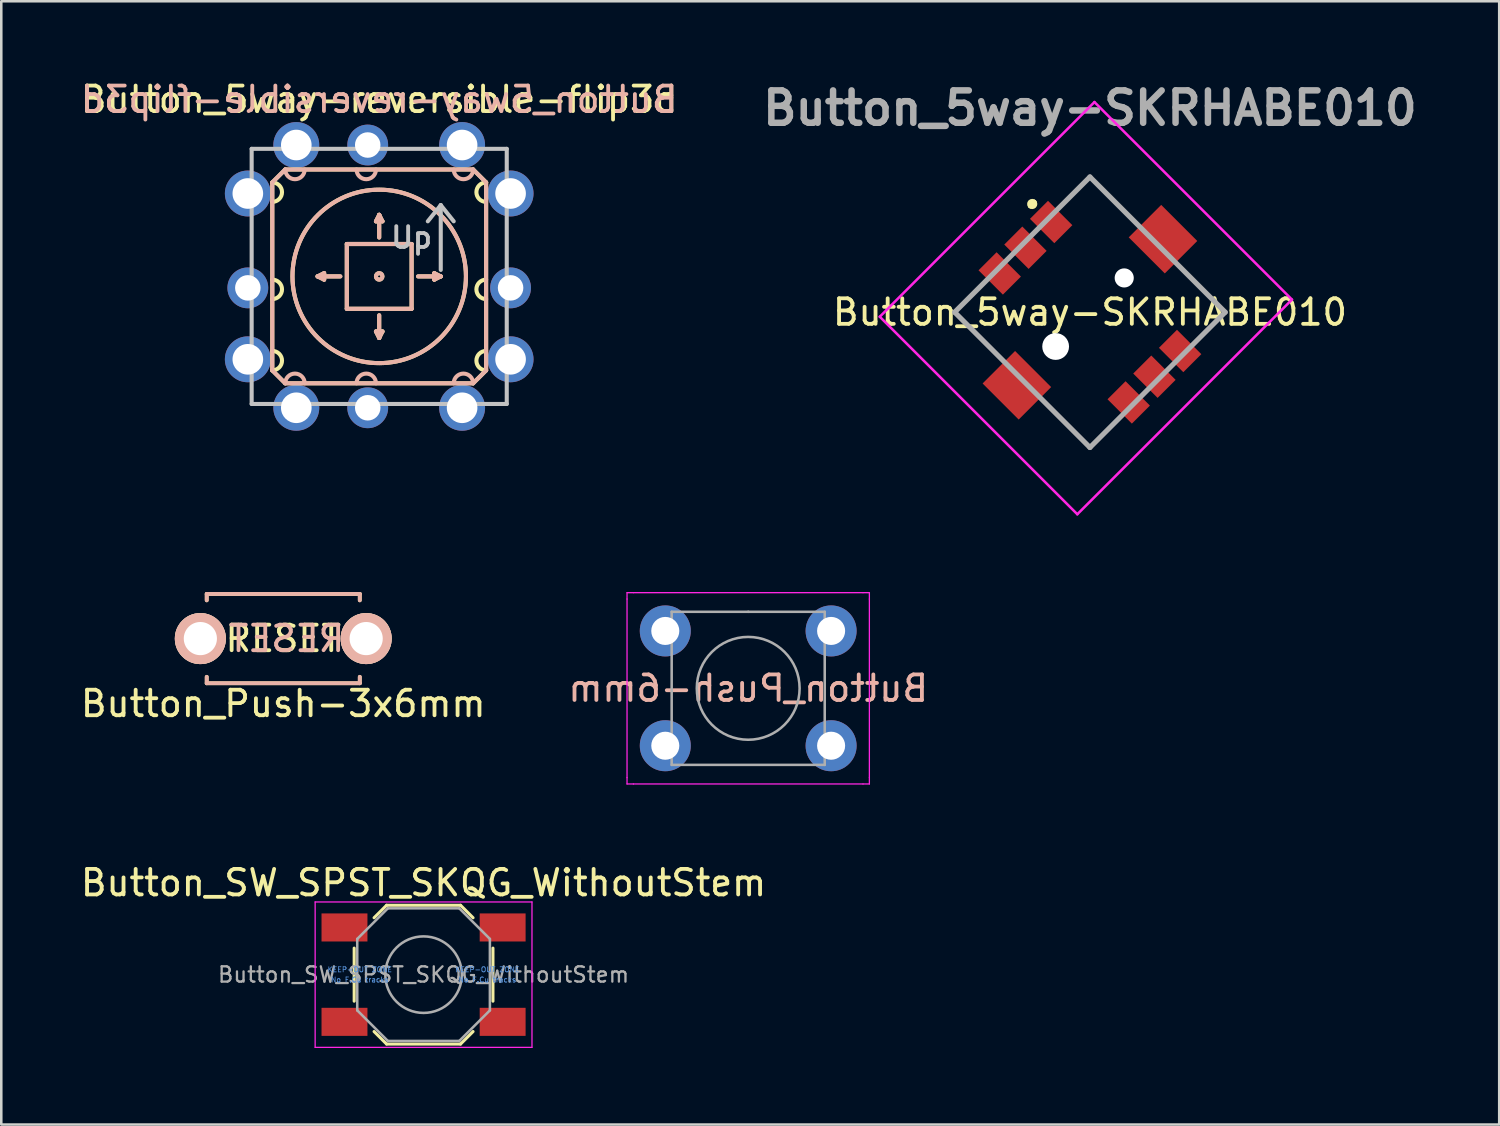
<source format=kicad_pcb>
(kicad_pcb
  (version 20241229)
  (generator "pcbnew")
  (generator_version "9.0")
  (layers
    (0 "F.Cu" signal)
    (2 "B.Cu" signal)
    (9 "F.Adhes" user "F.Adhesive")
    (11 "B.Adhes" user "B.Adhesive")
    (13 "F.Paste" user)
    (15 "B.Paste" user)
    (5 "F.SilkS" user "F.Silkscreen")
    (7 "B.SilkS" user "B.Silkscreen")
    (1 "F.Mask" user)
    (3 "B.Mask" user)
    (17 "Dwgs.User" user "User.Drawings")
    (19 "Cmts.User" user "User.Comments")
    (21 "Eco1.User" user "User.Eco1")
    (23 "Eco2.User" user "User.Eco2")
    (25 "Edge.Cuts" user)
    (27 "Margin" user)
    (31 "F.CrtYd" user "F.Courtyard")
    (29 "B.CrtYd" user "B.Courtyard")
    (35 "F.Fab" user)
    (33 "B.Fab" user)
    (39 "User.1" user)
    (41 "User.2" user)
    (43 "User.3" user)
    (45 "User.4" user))
  (footprint "Button_Push-3x6mm"
    (layer "F.Cu")
    (at 8.054 21.983)
    (property "Reference" "Button_Push-3x6mm" (at 0 2.55 0) (layer "F.SilkS") (effects (font (size 1 1) (thickness 0.15))))
    (attr through_hole)
    (fp_line (start -3 -1.75) (end -3 -1.5) (stroke (width 0.15) (type solid)) (layer "F.SilkS"))
    (fp_line (start -3 -1.75) (end 3 -1.75) (stroke (width 0.15) (type solid)) (layer "F.SilkS"))
    (fp_line (start -3 1.75) (end -3 1.5) (stroke (width 0.15) (type solid)) (layer "F.SilkS"))
    (fp_line (start -3 1.75) (end 3 1.75) (stroke (width 0.15) (type solid)) (layer "F.SilkS"))
    (fp_line (start 3 -1.75) (end 3 -1.5) (stroke (width 0.15) (type solid)) (layer "F.SilkS"))
    (fp_line (start 3 1.75) (end 3 1.5) (stroke (width 0.15) (type solid)) (layer "F.SilkS"))
    (fp_line (start -3 -1.75) (end 3 -1.75) (stroke (width 0.15) (type solid)) (layer "B.SilkS"))
    (fp_line (start -3 -1.5) (end -3 -1.75) (stroke (width 0.15) (type solid)) (layer "B.SilkS"))
    (fp_line (start -3 1.75) (end -3 1.5) (stroke (width 0.15) (type solid)) (layer "B.SilkS"))
    (fp_line (start 3 -1.75) (end 3 -1.5) (stroke (width 0.15) (type solid)) (layer "B.SilkS"))
    (fp_line (start 3 1.5) (end 3 1.75) (stroke (width 0.15) (type solid)) (layer "B.SilkS"))
    (fp_line (start 3 1.75) (end -3 1.75) (stroke (width 0.15) (type solid)) (layer "B.SilkS"))
    (fp_text user "RESET" (at 0 0 0) (layer "F.SilkS") (effects (font (size 1 1) (thickness 0.15))))
    (fp_text user "RESET" (at 0.127 0 0) (layer "B.SilkS") (effects (font (size 1 1) (thickness 0.15)) (justify mirror)))
    (pad "1" thru_hole circle (at 3.25 0) (size 2 2) (drill 1.3) (layers "*.Cu" "*.SilkS" "*.Mask"))
    (pad "2" thru_hole circle (at -3.25 0) (size 2 2) (drill 1.3) (layers "*.Cu" "*.SilkS" "*.Mask")))
  (footprint "Button_5way-reversible-flip3d"
    (layer "F.Cu")
    (at 11.815 7.785)
    (property "Reference" "Button_5way-reversible-flip3d" (at 0 -6.936 0) (layer "F.SilkS") (effects (font (size 1 1) (thickness 0.15) (bold yes))))
    (attr through_hole exclude_from_pos_files)
    (fp_line (start -4.191 -3.683) (end -3.683 -4.191) (stroke (width 0.16) (type solid)) (layer "F.SilkS"))
    (fp_line (start -4.191 3.683) (end -4.191 -3.683) (stroke (width 0.16) (type solid)) (layer "F.SilkS"))
    (fp_line (start -3.683 -4.191) (end 3.683 -4.191) (stroke (width 0.16) (type solid)) (layer "F.SilkS"))
    (fp_line (start -3.683 4.191) (end -4.191 3.683) (stroke (width 0.16) (type solid)) (layer "F.SilkS"))
    (fp_line (start -2.413 0) (end -2.159 -0.127) (stroke (width 0.16) (type solid)) (layer "F.SilkS"))
    (fp_line (start -2.159 -0.127) (end -2.159 0.127) (stroke (width 0.16) (type solid)) (layer "F.SilkS"))
    (fp_line (start -2.159 0.127) (end -2.413 0) (stroke (width 0.16) (type solid)) (layer "F.SilkS"))
    (fp_line (start -1.524 0) (end -2.413 0) (stroke (width 0.16) (type solid)) (layer "F.SilkS"))
    (fp_line (start -1.27 -1.27) (end -1.27 1.27) (stroke (width 0.16) (type solid)) (layer "F.SilkS"))
    (fp_line (start -1.27 1.27) (end 1.27 1.27) (stroke (width 0.16) (type solid)) (layer "F.SilkS"))
    (fp_line (start -0.127 -2.159) (end 0 -2.413) (stroke (width 0.16) (type solid)) (layer "F.SilkS"))
    (fp_line (start -0.127 2.159) (end 0.127 2.159) (stroke (width 0.16) (type solid)) (layer "F.SilkS"))
    (fp_line (start 0 -2.413) (end 0.127 -2.159) (stroke (width 0.16) (type solid)) (layer "F.SilkS"))
    (fp_line (start 0 -1.524) (end 0 -2.413) (stroke (width 0.16) (type solid)) (layer "F.SilkS"))
    (fp_line (start 0 1.524) (end 0 2.413) (stroke (width 0.16) (type solid)) (layer "F.SilkS"))
    (fp_line (start 0 2.413) (end -0.127 2.159) (stroke (width 0.16) (type solid)) (layer "F.SilkS"))
    (fp_line (start 0.127 -2.159) (end -0.127 -2.159) (stroke (width 0.16) (type solid)) (layer "F.SilkS"))
    (fp_line (start 0.127 2.159) (end 0 2.413) (stroke (width 0.16) (type solid)) (layer "F.SilkS"))
    (fp_line (start 1.27 -1.27) (end -1.27 -1.27) (stroke (width 0.16) (type solid)) (layer "F.SilkS"))
    (fp_line (start 1.27 1.27) (end 1.27 -1.27) (stroke (width 0.16) (type solid)) (layer "F.SilkS"))
    (fp_line (start 1.524 0) (end 2.413 0) (stroke (width 0.16) (type solid)) (layer "F.SilkS"))
    (fp_line (start 2.159 -0.127) (end 2.413 0) (stroke (width 0.16) (type solid)) (layer "F.SilkS"))
    (fp_line (start 2.159 0.127) (end 2.159 -0.127) (stroke (width 0.16) (type solid)) (layer "F.SilkS"))
    (fp_line (start 2.413 0) (end 2.159 0.127) (stroke (width 0.16) (type solid)) (layer "F.SilkS"))
    (fp_line (start 3.683 -4.191) (end 4.191 -3.683) (stroke (width 0.16) (type solid)) (layer "F.SilkS"))
    (fp_line (start 3.683 4.191) (end -3.683 4.191) (stroke (width 0.16) (type solid)) (layer "F.SilkS"))
    (fp_line (start 4.191 -3.683) (end 4.191 3.683) (stroke (width 0.16) (type solid)) (layer "F.SilkS"))
    (fp_line (start 4.191 3.683) (end 3.683 4.191) (stroke (width 0.16) (type solid)) (layer "F.SilkS"))
    (fp_arc (start -4.191 -3.683) (mid -3.81 -3.302) (end -4.191 -2.921) (stroke (width 0.16) (type solid)) (layer "F.SilkS"))
    (fp_arc (start -4.191 0.127) (mid -3.81 0.508) (end -4.191 0.889) (stroke (width 0.16) (type solid)) (layer "F.SilkS"))
    (fp_arc (start -4.191 2.921) (mid -3.81 3.302) (end -4.191 3.683) (stroke (width 0.16) (type solid)) (layer "F.SilkS"))
    (fp_arc (start 4.191 -2.921) (mid 3.81 -3.302) (end 4.191 -3.683) (stroke (width 0.16) (type solid)) (layer "F.SilkS"))
    (fp_arc (start 4.191 0.889) (mid 3.81 0.508) (end 4.191 0.127) (stroke (width 0.16) (type solid)) (layer "F.SilkS"))
    (fp_arc (start 4.191 3.683) (mid 3.81 3.302) (end 4.191 2.921) (stroke (width 0.16) (type solid)) (layer "F.SilkS"))
    (fp_circle (center 0 0) (end 0.127 0) (stroke (width 0.16) (type solid)) (fill no) (layer "F.SilkS"))
    (fp_circle (center 0 0) (end 3.4 0) (stroke (width 0.16) (type solid)) (fill no) (layer "F.SilkS"))
    (fp_line (start -4.191 -3.683) (end -3.683 -4.191) (stroke (width 0.16) (type solid)) (layer "B.SilkS"))
    (fp_line (start -4.191 3.683) (end -4.191 -3.683) (stroke (width 0.16) (type solid)) (layer "B.SilkS"))
    (fp_line (start -4.191 3.683) (end -3.683 4.191) (stroke (width 0.16) (type solid)) (layer "B.SilkS"))
    (fp_line (start -3.683 -4.191) (end 3.683 -4.191) (stroke (width 0.16) (type solid)) (layer "B.SilkS"))
    (fp_line (start -2.413 0) (end -2.159 -0.127) (stroke (width 0.16) (type solid)) (layer "B.SilkS"))
    (fp_line (start -2.159 -0.127) (end -2.159 0.127) (stroke (width 0.16) (type solid)) (layer "B.SilkS"))
    (fp_line (start -2.159 0.127) (end -2.413 0) (stroke (width 0.16) (type solid)) (layer "B.SilkS"))
    (fp_line (start -1.524 0) (end -2.413 0) (stroke (width 0.16) (type solid)) (layer "B.SilkS"))
    (fp_line (start -1.27 -1.27) (end -1.27 1.27) (stroke (width 0.16) (type solid)) (layer "B.SilkS"))
    (fp_line (start -1.27 1.27) (end 1.27 1.27) (stroke (width 0.16) (type solid)) (layer "B.SilkS"))
    (fp_line (start -0.127 -2.159) (end 0 -2.413) (stroke (width 0.16) (type solid)) (layer "B.SilkS"))
    (fp_line (start -0.127 2.159) (end 0.127 2.159) (stroke (width 0.16) (type solid)) (layer "B.SilkS"))
    (fp_line (start 0 -2.413) (end 0.127 -2.159) (stroke (width 0.16) (type solid)) (layer "B.SilkS"))
    (fp_line (start 0 -1.524) (end 0 -2.413) (stroke (width 0.16) (type solid)) (layer "B.SilkS"))
    (fp_line (start 0 1.524) (end 0 2.413) (stroke (width 0.16) (type solid)) (layer "B.SilkS"))
    (fp_line (start 0 2.413) (end -0.127 2.159) (stroke (width 0.16) (type solid)) (layer "B.SilkS"))
    (fp_line (start 0.127 -2.159) (end -0.127 -2.159) (stroke (width 0.16) (type solid)) (layer "B.SilkS"))
    (fp_line (start 0.127 2.159) (end 0 2.413) (stroke (width 0.16) (type solid)) (layer "B.SilkS"))
    (fp_line (start 1.27 -1.27) (end -1.27 -1.27) (stroke (width 0.16) (type solid)) (layer "B.SilkS"))
    (fp_line (start 1.27 1.27) (end 1.27 -1.27) (stroke (width 0.16) (type solid)) (layer "B.SilkS"))
    (fp_line (start 1.524 0) (end 2.413 0) (stroke (width 0.16) (type solid)) (layer "B.SilkS"))
    (fp_line (start 2.159 -0.127) (end 2.413 0) (stroke (width 0.16) (type solid)) (layer "B.SilkS"))
    (fp_line (start 2.159 0.127) (end 2.159 -0.127) (stroke (width 0.16) (type solid)) (layer "B.SilkS"))
    (fp_line (start 2.413 0) (end 2.159 0.127) (stroke (width 0.16) (type solid)) (layer "B.SilkS"))
    (fp_line (start 3.683 4.191) (end -3.683 4.191) (stroke (width 0.16) (type solid)) (layer "B.SilkS"))
    (fp_line (start 4.191 -3.683) (end 3.683 -4.191) (stroke (width 0.16) (type solid)) (layer "B.SilkS"))
    (fp_line (start 4.191 -3.683) (end 4.191 3.683) (stroke (width 0.16) (type solid)) (layer "B.SilkS"))
    (fp_line (start 4.191 3.683) (end 3.683 4.191) (stroke (width 0.16) (type solid)) (layer "B.SilkS"))
    (fp_arc (start -3.683 4.191) (mid -3.302 3.81) (end -2.921 4.191) (stroke (width 0.16) (type solid)) (layer "B.SilkS"))
    (fp_arc (start -2.921 -4.191) (mid -3.302 -3.81) (end -3.683 -4.191) (stroke (width 0.16) (type solid)) (layer "B.SilkS"))
    (fp_arc (start -0.889 4.191) (mid -0.508 3.81) (end -0.127 4.191) (stroke (width 0.16) (type solid)) (layer "B.SilkS"))
    (fp_arc (start -0.127 -4.191) (mid -0.508 -3.81) (end -0.889 -4.191) (stroke (width 0.16) (type solid)) (layer "B.SilkS"))
    (fp_arc (start 2.921 4.191) (mid 3.302 3.81) (end 3.683 4.191) (stroke (width 0.16) (type solid)) (layer "B.SilkS"))
    (fp_arc (start 3.683 -4.191) (mid 3.302 -3.81) (end 2.921 -4.191) (stroke (width 0.16) (type solid)) (layer "B.SilkS"))
    (fp_circle (center 0 0) (end 0 0.127) (stroke (width 0.16) (type solid)) (fill no) (layer "B.SilkS"))
    (fp_circle (center 0 0) (end 3.4 0) (stroke (width 0.16) (type solid)) (fill no) (layer "B.SilkS"))
    (fp_line (start -5 -5) (end 5 -5) (stroke (width 0.16) (type solid)) (layer "Dwgs.User"))
    (fp_line (start -5 5) (end -5 -5) (stroke (width 0.16) (type solid)) (layer "Dwgs.User"))
    (fp_line (start 2.413 -2.794) (end 1.905 -2.159) (stroke (width 0.16) (type solid)) (layer "Dwgs.User"))
    (fp_line (start 2.413 -2.794) (end 2.921 -2.159) (stroke (width 0.16) (type solid)) (layer "Dwgs.User"))
    (fp_line (start 2.413 -0.254) (end 2.413 -2.794) (stroke (width 0.16) (type solid)) (layer "Dwgs.User"))
    (fp_line (start 5 -5) (end 5 5) (stroke (width 0.16) (type solid)) (layer "Dwgs.User"))
    (fp_line (start 5 5) (end -5 5) (stroke (width 0.16) (type solid)) (layer "Dwgs.User"))
    (fp_text user "${REFERENCE}" (at 0 -6.936 0) (layer "B.SilkS") (effects (font (size 1 1) (thickness 0.15)) (justify mirror)))
    (fp_text user "Up" (at 1.27 -1.524 0) (layer "Dwgs.User") (effects (font (size 0.813 0.813) (thickness 0.152))))
    (pad "1" thru_hole circle (at -5.15 -3.25) (size 1.8 1.8) (drill 1.2) (layers "*.Cu" "B.Mask"))
    (pad "1" thru_hole circle (at -0.45 -5.15) (size 1.6 1.6) (drill 1) (layers "*.Cu" "F.Mask"))
    (pad "2" thru_hole circle (at -5.15 0.45) (size 1.6 1.6) (drill 1) (layers "*.Cu" "B.Mask"))
    (pad "2" thru_hole circle (at 3.25 5.15) (size 1.8 1.8) (drill 1.2) (layers "*.Cu" "F.Mask"))
    (pad "3" thru_hole circle (at -5.15 3.25) (size 1.8 1.8) (drill 1.2) (layers "*.Cu" "B.Mask"))
    (pad "3" thru_hole circle (at -0.45 5.15) (size 1.6 1.6) (drill 1) (layers "*.Cu" "F.Mask"))
    (pad "4" thru_hole circle (at -3.25 -5.15) (size 1.8 1.8) (drill 1.2) (layers "*.Cu" "F.Mask"))
    (pad "4" thru_hole circle (at 5.15 3.25) (size 1.8 1.8) (drill 1.2) (layers "*.Cu" "B.Mask"))
    (pad "5" thru_hole circle (at -3.25 5.15) (size 1.8 1.8) (drill 1.2) (layers "*.Cu" "F.Mask"))
    (pad "5" thru_hole circle (at 5.15 0.45) (size 1.6 1.6) (drill 1) (layers "*.Cu" "B.Mask"))
    (pad "6" thru_hole circle (at 3.25 -5.15) (size 1.8 1.8) (drill 1.2) (layers "*.Cu" "F.Mask"))
    (pad "6" thru_hole circle (at 5.15 -3.25) (size 1.8 1.8) (drill 1.2) (layers "*.Cu" "B.Mask")))
  (footprint "Button_SW_SPST_SKQG_WithoutStem"
    (layer "F.Cu")
    (at 13.554 35.157)
    (property "Reference" "Button_SW_SPST_SKQG_WithoutStem" (at 0 -3.6 0) (layer "F.SilkS") (effects (font (size 1 1) (thickness 0.15))))
    (attr smd)
    (fp_line (start -2.72 1.04) (end -2.72 -1.04) (stroke (width 0.12) (type solid)) (layer "F.SilkS"))
    (fp_line (start -1.45 -2.72) (end -1.94 -2.23) (stroke (width 0.12) (type solid)) (layer "F.SilkS"))
    (fp_line (start -1.45 -2.72) (end 1.45 -2.72) (stroke (width 0.12) (type solid)) (layer "F.SilkS"))
    (fp_line (start -1.45 2.72) (end -1.94 2.23) (stroke (width 0.12) (type solid)) (layer "F.SilkS"))
    (fp_line (start -1.45 2.72) (end 1.45 2.72) (stroke (width 0.12) (type solid)) (layer "F.SilkS"))
    (fp_line (start 1.45 -2.72) (end 1.94 -2.23) (stroke (width 0.12) (type solid)) (layer "F.SilkS"))
    (fp_line (start 1.45 2.72) (end 1.94 2.23) (stroke (width 0.12) (type solid)) (layer "F.SilkS"))
    (fp_line (start 2.72 1.04) (end 2.72 -1.04) (stroke (width 0.12) (type solid)) (layer "F.SilkS"))
    (fp_line (start -4.25 -2.85) (end -4.25 2.85) (stroke (width 0.05) (type solid)) (layer "F.CrtYd"))
    (fp_line (start -4.25 2.85) (end 4.25 2.85) (stroke (width 0.05) (type solid)) (layer "F.CrtYd"))
    (fp_line (start 4.25 -2.85) (end -4.25 -2.85) (stroke (width 0.05) (type solid)) (layer "F.CrtYd"))
    (fp_line (start 4.25 2.85) (end 4.25 -2.85) (stroke (width 0.05) (type solid)) (layer "F.CrtYd"))
    (fp_line (start -2.6 -1.4) (end -1.4 -2.6) (stroke (width 0.1) (type solid)) (layer "F.Fab"))
    (fp_line (start -2.6 1.4) (end -2.6 -1.4) (stroke (width 0.1) (type solid)) (layer "F.Fab"))
    (fp_line (start -1.4 -2.6) (end 1.4 -2.6) (stroke (width 0.1) (type solid)) (layer "F.Fab"))
    (fp_line (start -1.4 2.6) (end -2.6 1.4) (stroke (width 0.1) (type solid)) (layer "F.Fab"))
    (fp_line (start 1.4 -2.6) (end 2.6 -1.4) (stroke (width 0.1) (type solid)) (layer "F.Fab"))
    (fp_line (start 1.4 2.6) (end -1.4 2.6) (stroke (width 0.1) (type solid)) (layer "F.Fab"))
    (fp_line (start 2.6 -1.4) (end 2.6 1.4) (stroke (width 0.1) (type solid)) (layer "F.Fab"))
    (fp_line (start 2.6 1.4) (end 1.4 2.6) (stroke (width 0.1) (type solid)) (layer "F.Fab"))
    (fp_circle (center 0 0) (end 1.5 0) (stroke (width 0.1) (type solid)) (fill no) (layer "F.Fab"))
    (fp_text user "No F.Cu tracks" (at -2.5 0.2 0) (layer "Cmts.User") (effects (font (size 0.2 0.2) (thickness 0.03))))
    (fp_text user "KEEP-OUT ZONE" (at 2.5 -0.2 0) (layer "Cmts.User") (effects (font (size 0.2 0.2) (thickness 0.03))))
    (fp_text user "KEEP-OUT ZONE" (at -2.5 -0.2 0) (layer "Cmts.User") (effects (font (size 0.2 0.2) (thickness 0.03))))
    (fp_text user "No F.Cu tracks" (at 2.5 0.2 0) (layer "Cmts.User") (effects (font (size 0.2 0.2) (thickness 0.03))))
    (fp_text user "${REFERENCE}" (at 0 0 0) (layer "F.Fab") (effects (font (size 0.6 0.6) (thickness 0.09))))
    (pad "1" smd rect (at -3.1 -1.85) (size 1.8 1.1) (layers "F.Cu" "F.Mask" "F.Paste"))
    (pad "1" smd rect (at 3.1 -1.85) (size 1.8 1.1) (layers "F.Cu" "F.Mask" "F.Paste"))
    (pad "2" smd rect (at -3.1 1.85) (size 1.8 1.1) (layers "F.Cu" "F.Mask" "F.Paste"))
    (pad "2" smd rect (at 3.1 1.85) (size 1.8 1.1) (layers "F.Cu" "F.Mask" "F.Paste"))
    (zone (net_name "") (layer "F.Cu") (hatch full 0.508) (connect_pads) (min_thickness 0.254) (filled_areas_thickness no) (keepout (tracks not_allowed) (vias not_allowed) (pads not_allowed) (copperpour not_allowed) (footprints not_allowed)) (placement (enabled no)) (fill) (polygon (pts (xy 9.554 33.857) (xy 12.554 33.857) (xy 12.554 36.457) (xy 9.554 36.457))))
    (zone (net_name "") (layer "F.Cu") (hatch full 0.508) (connect_pads) (min_thickness 0.254) (filled_areas_thickness no) (keepout (tracks not_allowed) (vias not_allowed) (pads not_allowed) (copperpour not_allowed) (footprints not_allowed)) (placement (enabled no)) (fill) (polygon (pts (xy 14.554 33.857) (xy 17.554 33.857) (xy 17.554 36.457) (xy 14.554 36.457)))))
  (footprint "Button_5way-SKRHABE010"
    (layer "F.Cu")
    (at 39.676 9.189)
    (property "Reference" "Button_5way-SKRHABE010" (at 0 0 0) (layer "F.SilkS") (effects (font (size 1 1) (thickness 0.15))))
    (attr through_hole)
    (fp_line (start -5.303 0) (end -3.712 1.591) (stroke (width 0.1) (type solid)) (layer "F.SilkS"))
    (fp_line (start -4.419 -0.884) (end -5.303 0) (stroke (width 0.1) (type solid)) (layer "F.SilkS"))
    (fp_line (start -2.333 -4.172) (end -2.333 -4.172) (stroke (width 0.2) (type solid)) (layer "F.SilkS"))
    (fp_line (start -2.192 -4.313) (end -2.192 -4.313) (stroke (width 0.2) (type solid)) (layer "F.SilkS"))
    (fp_line (start -1.591 3.712) (end 0 5.303) (stroke (width 0.1) (type solid)) (layer "F.SilkS"))
    (fp_line (start 0 -5.303) (end -0.884 -4.419) (stroke (width 0.1) (type solid)) (layer "F.SilkS"))
    (fp_line (start 0 5.303) (end 0.884 4.419) (stroke (width 0.1) (type solid)) (layer "F.SilkS"))
    (fp_line (start 1.591 -3.712) (end 0 -5.303) (stroke (width 0.1) (type solid)) (layer "F.SilkS"))
    (fp_line (start 3.712 -1.591) (end 5.303 0) (stroke (width 0.1) (type solid)) (layer "F.SilkS"))
    (fp_line (start 5.303 0) (end 4.419 0.884) (stroke (width 0.1) (type solid)) (layer "F.SilkS"))
    (fp_arc (start -2.333453 -4.17193) (mid -2.333452 -4.313351) (end -2.192031 -4.313351) (stroke (width 0.2) (type solid)) (layer "F.SilkS"))
    (fp_arc (start -2.192031 -4.313351) (mid -2.192031 -4.171929) (end -2.333453 -4.17193) (stroke (width 0.2) (type solid)) (layer "F.SilkS"))
    (fp_line (start -8.238 0.177) (end 0.177 -8.238) (stroke (width 0.1) (type solid)) (layer "F.CrtYd"))
    (fp_line (start -0.495 7.92) (end -8.238 0.177) (stroke (width 0.1) (type solid)) (layer "F.CrtYd"))
    (fp_line (start 0.177 -8.238) (end 7.92 -0.495) (stroke (width 0.1) (type solid)) (layer "F.CrtYd"))
    (fp_line (start 7.92 -0.495) (end -0.495 7.92) (stroke (width 0.1) (type solid)) (layer "F.CrtYd"))
    (fp_line (start -5.303 0) (end 0 -5.303) (stroke (width 0.2) (type solid)) (layer "F.Fab"))
    (fp_line (start 0 -5.303) (end 5.303 0) (stroke (width 0.2) (type solid)) (layer "F.Fab"))
    (fp_line (start 0 5.303) (end -5.303 0) (stroke (width 0.2) (type solid)) (layer "F.Fab"))
    (fp_line (start 5.303 0) (end 0 5.303) (stroke (width 0.2) (type solid)) (layer "F.Fab"))
    (fp_text user "${REFERENCE}" (at 0 -8 0) (layer "F.Fab") (effects (font (size 1.27 1.27) (thickness 0.254))))
    (pad "" smd rect (at -2.864 2.864 45) (size 1.8 2) (layers "F.Cu" "F.Mask" "F.Paste"))
    (pad "" np_thru_hole circle (at -1.344 1.344 315) (size 1.05 1.05) (drill 1.05) (layers "*.Cu" "*.Mask"))
    (pad "" np_thru_hole circle (at 1.344 -1.344 315) (size 0.75 0.75) (drill 0.75) (layers "*.Cu" "*.Mask"))
    (pad "" smd rect (at 2.864 -2.864 45) (size 1.8 2) (layers "F.Cu" "F.Mask" "F.Paste"))
    (pad "1" smd rect (at -1.52 -3.536 45) (size 1 1.35) (layers "F.Cu" "F.Mask" "F.Paste"))
    (pad "2" smd rect (at -2.528 -2.528 45) (size 1 1.35) (layers "F.Cu" "F.Mask" "F.Paste"))
    (pad "3" smd rect (at -3.536 -1.52 45) (size 1 1.35) (layers "F.Cu" "F.Mask" "F.Paste"))
    (pad "4" smd rect (at 3.536 1.52 45) (size 1 1.35) (layers "F.Cu" "F.Mask" "F.Paste"))
    (pad "5" smd rect (at 2.528 2.528 45) (size 1 1.35) (layers "F.Cu" "F.Mask" "F.Paste"))
    (pad "6" smd rect (at 1.52 3.536 45) (size 1 1.35) (layers "F.Cu" "F.Mask" "F.Paste")))
  (footprint "Button_Push-6mm"
    (layer "F.Cu")
    (at 26.28 23.933)
    (property "Reference" "Button_Push-6mm" (at 0 0 0) (layer "B.SilkS") (effects (font (size 1 1) (thickness 0.15)) (justify mirror)))
    (attr through_hole)
    (fp_line (start -4.75 -3.75) (end -4.5 -3.75) (stroke (width 0.05) (type solid)) (layer "F.CrtYd"))
    (fp_line (start -4.75 -3.5) (end -4.75 -3.75) (stroke (width 0.05) (type solid)) (layer "F.CrtYd"))
    (fp_line (start -4.75 3.5) (end -4.75 -3.5) (stroke (width 0.05) (type solid)) (layer "F.CrtYd"))
    (fp_line (start -4.75 3.5) (end -4.75 3.75) (stroke (width 0.05) (type solid)) (layer "F.CrtYd"))
    (fp_line (start -4.75 3.75) (end -4.5 3.75) (stroke (width 0.05) (type solid)) (layer "F.CrtYd"))
    (fp_line (start -4.5 -3.75) (end 4.5 -3.75) (stroke (width 0.05) (type solid)) (layer "F.CrtYd"))
    (fp_line (start 4.5 -3.75) (end 4.75 -3.75) (stroke (width 0.05) (type solid)) (layer "F.CrtYd"))
    (fp_line (start 4.5 3.75) (end -4.5 3.75) (stroke (width 0.05) (type solid)) (layer "F.CrtYd"))
    (fp_line (start 4.5 3.75) (end 4.75 3.75) (stroke (width 0.05) (type solid)) (layer "F.CrtYd"))
    (fp_line (start 4.75 -3.75) (end 4.75 -3.5) (stroke (width 0.05) (type solid)) (layer "F.CrtYd"))
    (fp_line (start 4.75 -3.5) (end 4.75 3.5) (stroke (width 0.05) (type solid)) (layer "F.CrtYd"))
    (fp_line (start 4.75 3.75) (end 4.75 3.5) (stroke (width 0.05) (type solid)) (layer "F.CrtYd"))
    (fp_line (start -3 -3) (end 0 -3) (stroke (width 0.1) (type solid)) (layer "F.Fab"))
    (fp_line (start -3 3) (end -3 -3) (stroke (width 0.1) (type solid)) (layer "F.Fab"))
    (fp_line (start 0 -3) (end 3 -3) (stroke (width 0.1) (type solid)) (layer "F.Fab"))
    (fp_line (start 3 -3) (end 3 3) (stroke (width 0.1) (type solid)) (layer "F.Fab"))
    (fp_line (start 3 3) (end -3 3) (stroke (width 0.1) (type solid)) (layer "F.Fab"))
    (fp_circle (center 0 0) (end -2 0.25) (stroke (width 0.1) (type solid)) (fill no) (layer "F.Fab"))
    (pad "1" thru_hole circle (at -3.25 -2.25 90) (size 2 2) (drill 1.1) (layers "*.Cu" "B.Mask"))
    (pad "1" thru_hole circle (at 3.25 -2.25 90) (size 2 2) (drill 1.1) (layers "*.Cu" "B.Mask"))
    (pad "2" thru_hole circle (at -3.25 2.25 90) (size 2 2) (drill 1.1) (layers "*.Cu" "B.Mask"))
    (pad "2" thru_hole circle (at 3.25 2.25 90) (size 2 2) (drill 1.1) (layers "*.Cu" "B.Mask")))
  (gr_rect
    (start -3 -3)
    (end 55.72 41.032)
    (stroke (width 0.1) (type default))
    (fill no)
    (layer "Edge.Cuts")))
</source>
